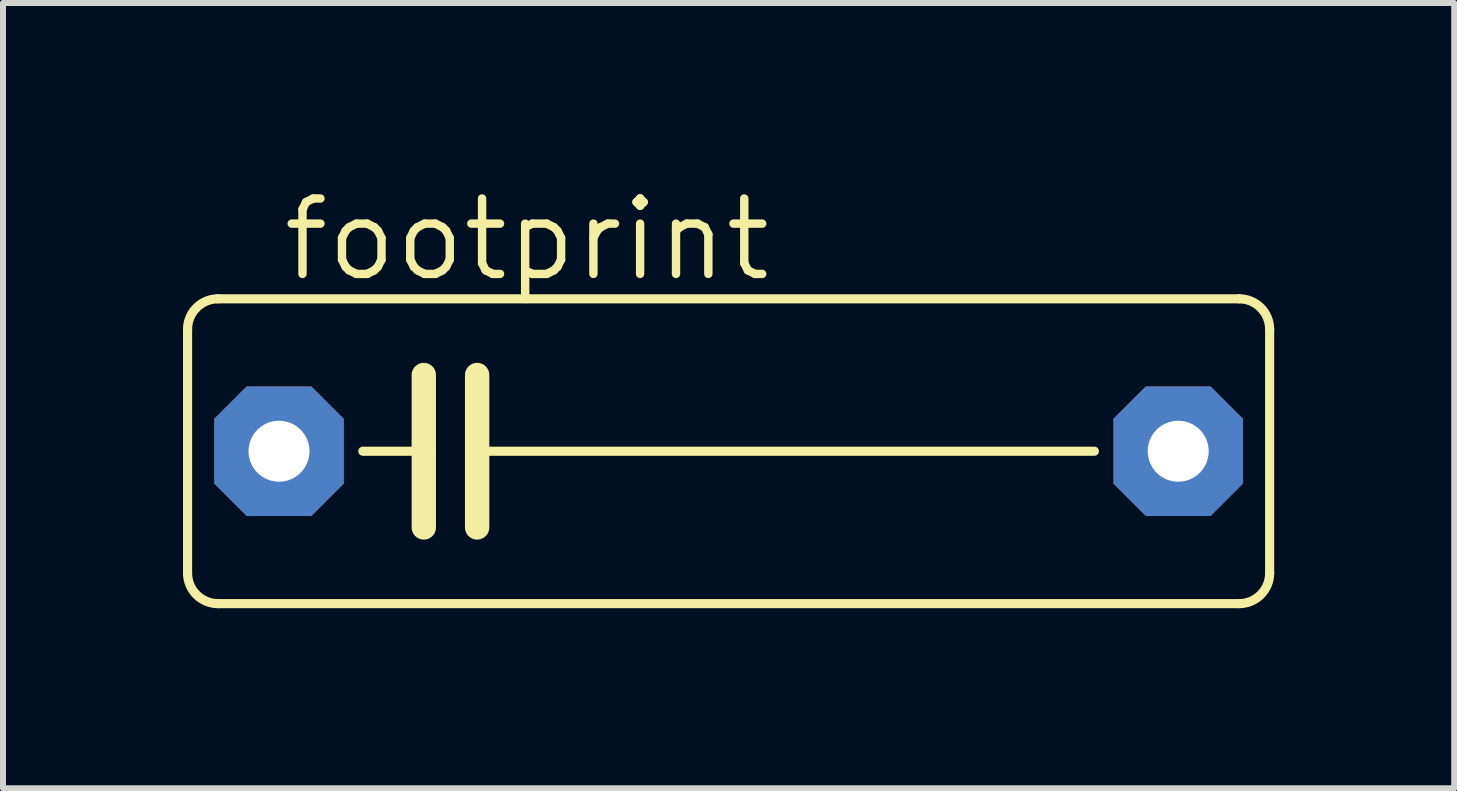
<source format=kicad_pcb>
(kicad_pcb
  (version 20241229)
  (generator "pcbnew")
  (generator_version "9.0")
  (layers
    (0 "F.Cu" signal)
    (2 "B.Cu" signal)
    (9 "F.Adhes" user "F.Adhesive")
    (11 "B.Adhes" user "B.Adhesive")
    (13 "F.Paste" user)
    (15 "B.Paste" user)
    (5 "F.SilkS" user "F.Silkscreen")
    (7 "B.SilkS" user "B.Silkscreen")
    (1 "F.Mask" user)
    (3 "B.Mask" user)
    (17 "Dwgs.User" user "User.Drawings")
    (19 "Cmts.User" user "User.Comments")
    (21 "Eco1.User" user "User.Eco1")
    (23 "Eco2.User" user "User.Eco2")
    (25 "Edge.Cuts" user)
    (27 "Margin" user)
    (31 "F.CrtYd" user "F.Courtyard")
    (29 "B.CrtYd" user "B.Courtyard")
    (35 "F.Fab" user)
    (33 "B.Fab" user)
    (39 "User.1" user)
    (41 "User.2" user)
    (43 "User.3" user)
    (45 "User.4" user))
  (footprint "footprint"
    (layer "F.Cu")
    (at 9.093 4.47)
    (property "Reference" "footprint" (at -7.493 -2.794 0) (layer "F.SilkS") (effects (font (size 1.257 1.257) (thickness 0.14)) (justify left bottom)))
    (fp_line (start -9.017 2.032) (end -9.017 -2.032) (stroke (width 0.152) (type solid)) (layer "F.SilkS"))
    (fp_line (start -8.509 -2.54) (end 8.509 -2.54) (stroke (width 0.152) (type solid)) (layer "F.SilkS"))
    (fp_line (start -5.08 -1.27) (end -5.08 0) (stroke (width 0.406) (type solid)) (layer "F.SilkS"))
    (fp_line (start -5.08 0) (end -6.096 0) (stroke (width 0.152) (type solid)) (layer "F.SilkS"))
    (fp_line (start -5.08 0) (end -5.08 1.27) (stroke (width 0.406) (type solid)) (layer "F.SilkS"))
    (fp_line (start -4.191 -1.27) (end -4.191 0) (stroke (width 0.406) (type solid)) (layer "F.SilkS"))
    (fp_line (start -4.191 0) (end -4.191 1.27) (stroke (width 0.406) (type solid)) (layer "F.SilkS"))
    (fp_line (start -4.191 0) (end 6.096 0) (stroke (width 0.152) (type solid)) (layer "F.SilkS"))
    (fp_line (start 8.509 2.54) (end -8.509 2.54) (stroke (width 0.152) (type solid)) (layer "F.SilkS"))
    (fp_line (start 9.017 -2.032) (end 9.017 2.032) (stroke (width 0.152) (type solid)) (layer "F.SilkS"))
    (fp_arc (start -9.017 -2.032) (mid -8.86821 -2.39121) (end -8.509 -2.54) (stroke (width 0.1524) (type solid)) (layer "F.SilkS"))
    (fp_arc (start -8.509 2.54) (mid -8.86821 2.39121) (end -9.017 2.032) (stroke (width 0.1524) (type solid)) (layer "F.SilkS"))
    (fp_arc (start 8.509 -2.54) (mid 8.86821 -2.39121) (end 9.017 -2.032) (stroke (width 0.1524) (type solid)) (layer "F.SilkS"))
    (fp_arc (start 9.017 2.032) (mid 8.86821 2.39121) (end 8.509 2.54) (stroke (width 0.1524) (type solid)) (layer "F.SilkS"))
    (pad "1" thru_hole roundrect (at -7.493 0) (size 2.159 2.159) (drill 1.016) (layers "*.Cu" "*.Mask") (roundrect_rratio 0.25) (chamfer_ratio 0.25) (chamfer top_left top_right bottom_left bottom_right))
    (pad "2" thru_hole roundrect (at 7.493 0) (size 2.159 2.159) (drill 1.016) (layers "*.Cu" "*.Mask") (roundrect_rratio 0.25) (chamfer_ratio 0.25) (chamfer top_left top_right bottom_left bottom_right)))
  (gr_rect
    (start -3 -3)
    (end 21.186 10.087)
    (stroke (width 0.1) (type default))
    (fill no)
    (layer "Edge.Cuts")))
</source>
